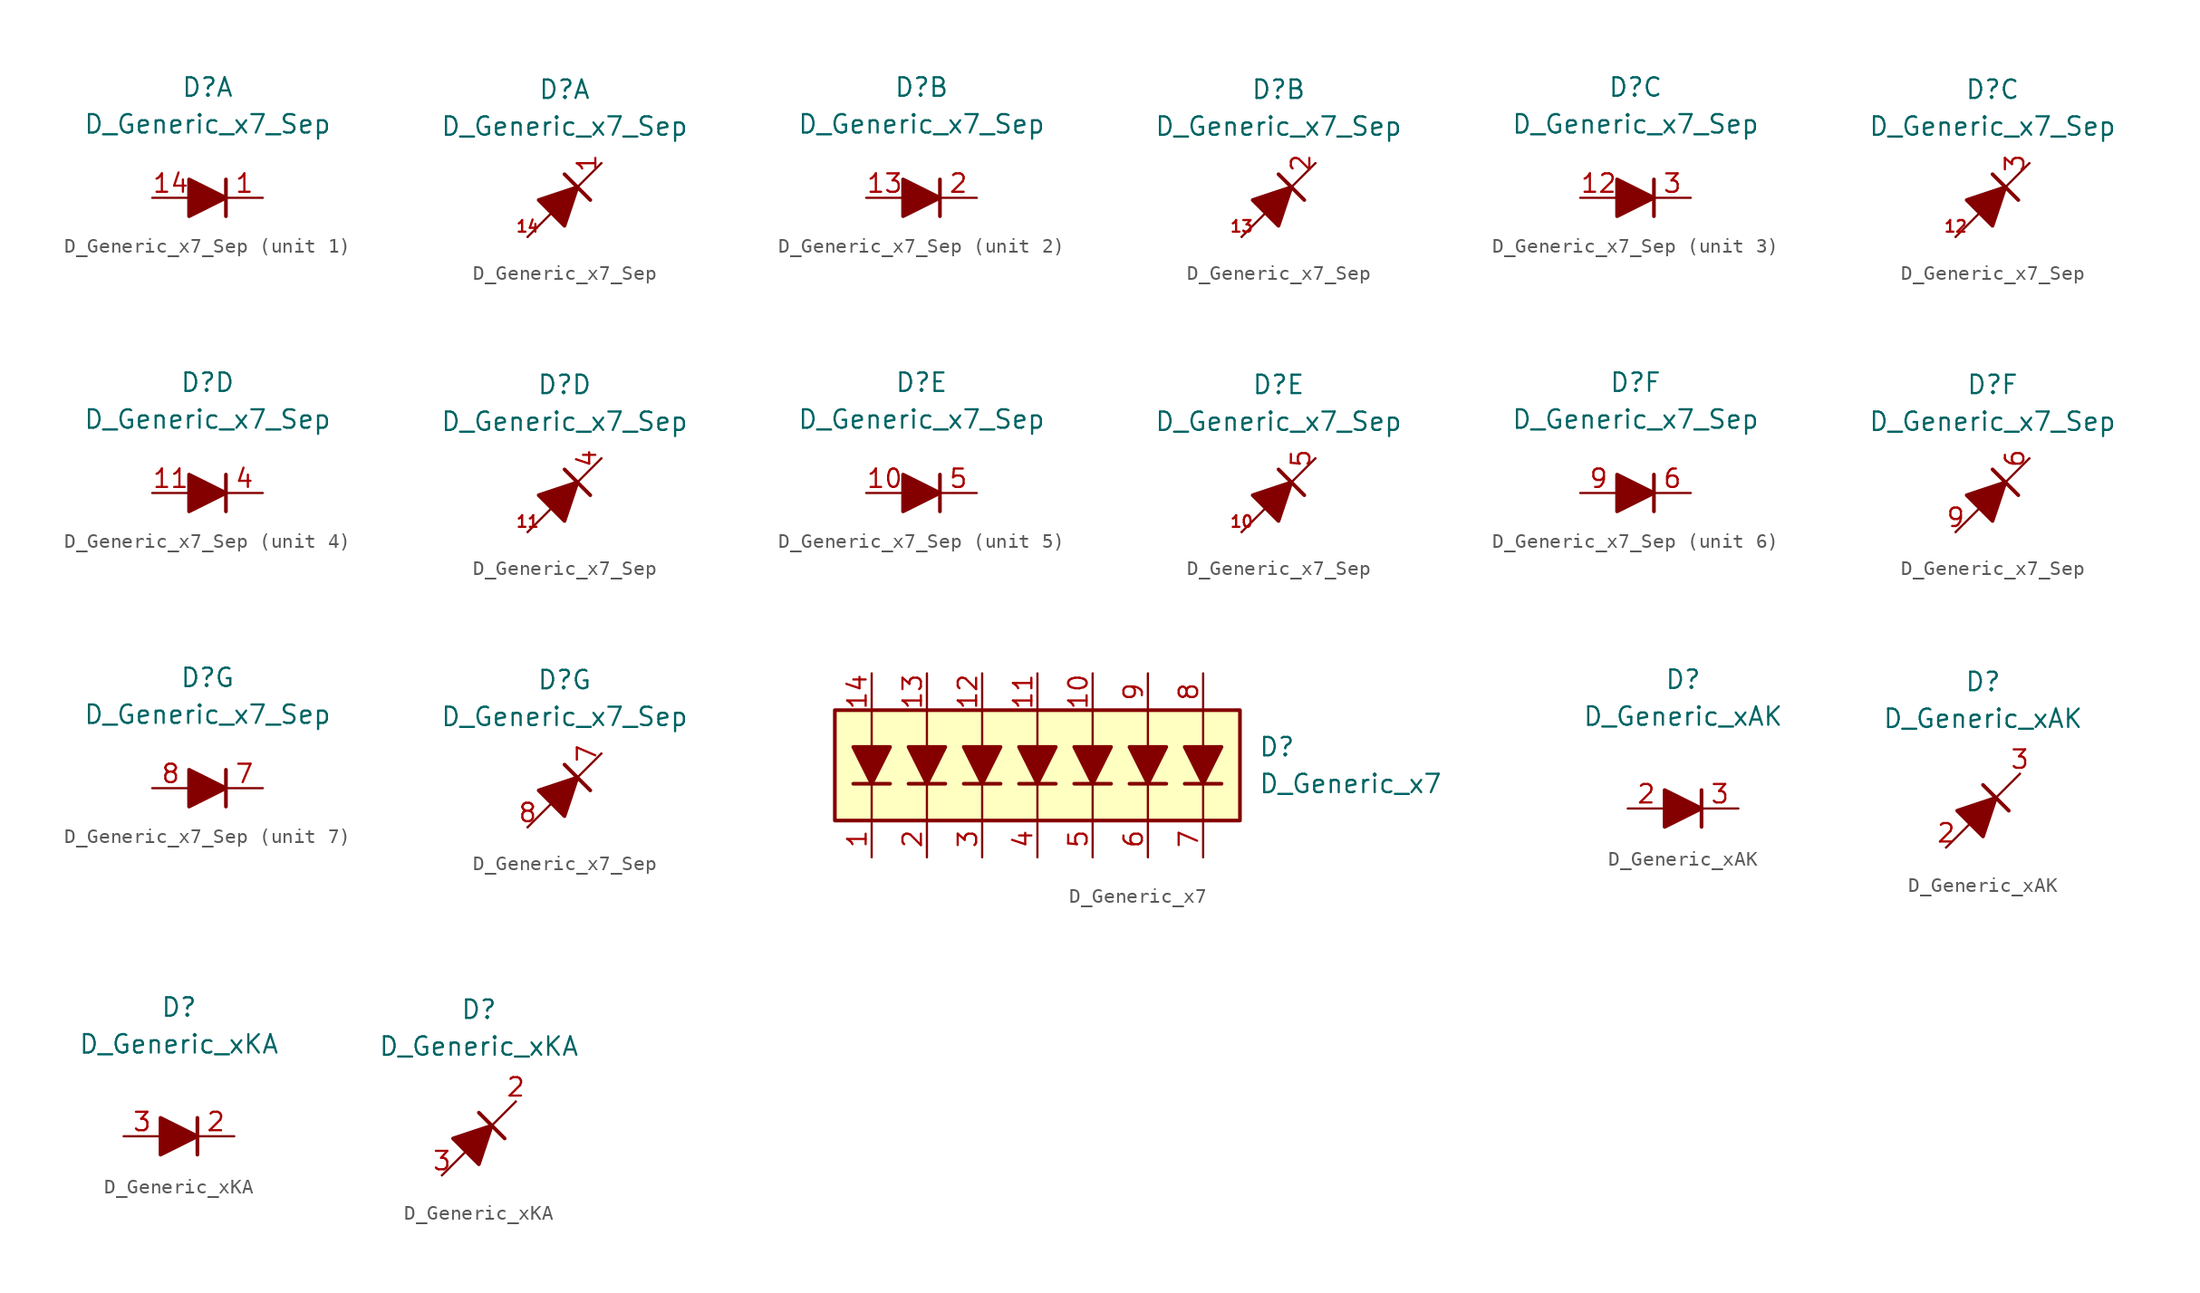
<source format=kicad_sym>
(kicad_symbol_lib
  (version 20231120)
  (generator "kicad_symbol_editor")
  (generator_version "8.0")
  (symbol "D_Generic_x7_Sep"
    (pin_names
      (offset 1.016) hide)
    (property "Reference" "D"
      (at 0 7.62 0)
      (effects (font (size 1.27 1.27))))
    (property "Value" "D_Generic_x7_Sep"
      (at 0 5.08 0)
      (effects (font (size 1.27 1.27))))
    (symbol "D_Generic_x7_Sep_0_1"
      (polyline (pts (xy 1.27 1.27) (xy 1.27 -1.27)) (stroke (width 0.254) (type default)) (fill (type none))))
    (symbol "D_Generic_x7_Sep_0_2"
      (polyline (pts (xy -2.54 -2.54) (xy 2.54 2.54)) (stroke (width 0) (type default)) (fill (type none)))
      (polyline (pts (xy 0 1.778) (xy 1.778 0)) (stroke (width 0.254) (type default)) (fill (type none)))
      (polyline (pts (xy -0.889 -0.889) (xy -1.778 0) (xy 0.889 0.889) (xy 0 -1.778) (xy -0.889 -0.889)) (stroke (width 0.254) (type default)) (fill (type outline))))
    (symbol "D_Generic_x7_Sep_1_1"
      (polyline (pts (xy -1.27 0) (xy 1.27 0)) (stroke (width 0) (type default)) (fill (type none)))
      (polyline (pts (xy -1.27 1.27) (xy -1.27 -1.27) (xy 1.27 0) (xy -1.27 1.27)) (stroke (width 0.254) (type default)) (fill (type outline)))
      (pin passive line (at 3.81 0 180) (length 2.54) (name "K5" (effects (font (size 1.27 1.27)))) (number "1" (effects (font (size 1.27 1.27)))))
      (pin passive line (at -3.81 0 0) (length 2.54) (name "A5" (effects (font (size 1.27 1.27)))) (number "14" (effects (font (size 1.27 1.27))))))
    (symbol "D_Generic_x7_Sep_1_2"
      (pin passive line (at 2.54 2.54 270) (length 0) (name "K" (effects (font (size 1.27 1.27)))) (number "1" (effects (font (size 1.27 1.27)))))
      (pin passive line (at -2.54 -2.54 0) (length 0) (name "A4" (effects (font (size 1.27 1.27)))) (number "14" (effects (font (size 0.8 0.8))))))
    (symbol "D_Generic_x7_Sep_2_1"
      (polyline (pts (xy -1.27 0) (xy 1.27 0)) (stroke (width 0) (type default)) (fill (type none)))
      (polyline (pts (xy -1.27 1.27) (xy -1.27 -1.27) (xy 1.27 0) (xy -1.27 1.27)) (stroke (width 0.254) (type default)) (fill (type outline)))
      (pin passive line (at -3.81 0 0) (length 2.54) (name "A2" (effects (font (size 1.27 1.27)))) (number "13" (effects (font (size 1.27 1.27)))))
      (pin passive line (at 3.81 0 180) (length 2.54) (name "K2" (effects (font (size 1.27 1.27)))) (number "2" (effects (font (size 1.27 1.27))))))
    (symbol "D_Generic_x7_Sep_2_2"
      (pin passive line (at -2.54 -2.54 0) (length 0) (name "A2" (effects (font (size 1.27 1.27)))) (number "13" (effects (font (size 0.8 0.8)))))
      (pin passive line (at 2.54 2.54 270) (length 0) (name "K2" (effects (font (size 1.27 1.27)))) (number "2" (effects (font (size 1.27 1.27))))))
    (symbol "D_Generic_x7_Sep_3_1"
      (polyline (pts (xy -1.27 0) (xy 1.27 0)) (stroke (width 0) (type default)) (fill (type none)))
      (polyline (pts (xy -1.27 1.27) (xy -1.27 -1.27) (xy 1.27 0) (xy -1.27 1.27)) (stroke (width 0.254) (type default)) (fill (type outline)))
      (pin passive line (at -3.81 0 0) (length 2.54) (name "A5" (effects (font (size 1.27 1.27)))) (number "12" (effects (font (size 1.27 1.27)))))
      (pin passive line (at 3.81 0 180) (length 2.54) (name "K5" (effects (font (size 1.27 1.27)))) (number "3" (effects (font (size 1.27 1.27))))))
    (symbol "D_Generic_x7_Sep_3_2"
      (pin passive line (at -2.54 -2.54 0) (length 0) (name "A2" (effects (font (size 1.27 1.27)))) (number "12" (effects (font (size 0.8 0.8)))))
      (pin passive line (at 2.54 2.54 270) (length 0) (name "K3" (effects (font (size 1.27 1.27)))) (number "3" (effects (font (size 1.27 1.27))))))
    (symbol "D_Generic_x7_Sep_4_1"
      (polyline (pts (xy -1.27 0) (xy 1.27 0)) (stroke (width 0) (type default)) (fill (type none)))
      (polyline (pts (xy -1.27 1.27) (xy -1.27 -1.27) (xy 1.27 0) (xy -1.27 1.27)) (stroke (width 0.254) (type default)) (fill (type outline)))
      (pin passive line (at -3.81 0 0) (length 2.54) (name "A5" (effects (font (size 1.27 1.27)))) (number "11" (effects (font (size 1.27 1.27)))))
      (pin passive line (at 3.81 0 180) (length 2.54) (name "K5" (effects (font (size 1.27 1.27)))) (number "4" (effects (font (size 1.27 1.27))))))
    (symbol "D_Generic_x7_Sep_4_2"
      (pin passive line (at -2.54 -2.54 0) (length 0) (name "A4" (effects (font (size 1.27 1.27)))) (number "11" (effects (font (size 0.8 0.8)))))
      (pin passive line (at 2.54 2.54 270) (length 0) (name "K4" (effects (font (size 1.27 1.27)))) (number "4" (effects (font (size 1.27 1.27))))))
    (symbol "D_Generic_x7_Sep_5_1"
      (polyline (pts (xy -1.27 0) (xy 1.27 0)) (stroke (width 0) (type default)) (fill (type none)))
      (polyline (pts (xy -1.27 1.27) (xy -1.27 -1.27) (xy 1.27 0) (xy -1.27 1.27)) (stroke (width 0.254) (type default)) (fill (type outline)))
      (pin passive line (at -3.81 0 0) (length 2.54) (name "A5" (effects (font (size 1.27 1.27)))) (number "10" (effects (font (size 1.27 1.27)))))
      (pin passive line (at 3.81 0 180) (length 2.54) (name "K5" (effects (font (size 1.27 1.27)))) (number "5" (effects (font (size 1.27 1.27))))))
    (symbol "D_Generic_x7_Sep_5_2"
      (pin passive line (at -2.54 -2.54 0) (length 0) (name "A4" (effects (font (size 1.27 1.27)))) (number "10" (effects (font (size 0.8 0.8)))))
      (pin passive line (at 2.54 2.54 270) (length 0) (name "K5" (effects (font (size 1.27 1.27)))) (number "5" (effects (font (size 1.27 1.27))))))
    (symbol "D_Generic_x7_Sep_6_1"
      (polyline (pts (xy -1.27 0) (xy 1.27 0)) (stroke (width 0) (type default)) (fill (type none)))
      (polyline (pts (xy -1.27 1.27) (xy -1.27 -1.27) (xy 1.27 0) (xy -1.27 1.27)) (stroke (width 0.254) (type default)) (fill (type outline)))
      (pin passive line (at 3.81 0 180) (length 2.54) (name "K6" (effects (font (size 1.27 1.27)))) (number "6" (effects (font (size 1.27 1.27)))))
      (pin passive line (at -3.81 0 0) (length 2.54) (name "A6" (effects (font (size 1.27 1.27)))) (number "9" (effects (font (size 1.27 1.27))))))
    (symbol "D_Generic_x7_Sep_6_2"
      (pin passive line (at 2.54 2.54 270) (length 0) (name "K6" (effects (font (size 1.27 1.27)))) (number "6" (effects (font (size 1.27 1.27)))))
      (pin passive line (at -2.54 -2.54 0) (length 0) (name "A6" (effects (font (size 1.27 1.27)))) (number "9" (effects (font (size 1.27 1.27))))))
    (symbol "D_Generic_x7_Sep_7_1"
      (polyline (pts (xy -1.27 0) (xy 1.27 0)) (stroke (width 0) (type default)) (fill (type none)))
      (polyline (pts (xy -1.27 1.27) (xy -1.27 -1.27) (xy 1.27 0) (xy -1.27 1.27)) (stroke (width 0.254) (type default)) (fill (type outline)))
      (pin passive line (at 3.81 0 180) (length 2.54) (name "K7" (effects (font (size 1.27 1.27)))) (number "7" (effects (font (size 1.27 1.27)))))
      (pin passive line (at -3.81 0 0) (length 2.54) (name "A7" (effects (font (size 1.27 1.27)))) (number "8" (effects (font (size 1.27 1.27))))))
    (symbol "D_Generic_x7_Sep_7_2"
      (pin passive line (at 2.54 2.54 270) (length 0) (name "K7" (effects (font (size 1.27 1.27)))) (number "7" (effects (font (size 1.27 1.27)))))
      (pin passive line (at -2.54 -2.54 0) (length 0) (name "A7" (effects (font (size 1.27 1.27)))) (number "8" (effects (font (size 1.27 1.27)))))))
  (symbol "D_Generic_x7"
    (pin_names
      (offset 1.016) hide)
    (property "Reference" "D"
      (at 15.24 1.27 0)
      (effects (font (size 1.27 1.27)) (justify left)))
    (property "Value" "D_Generic_x7"
      (at 15.24 -1.27 0)
      (effects (font (size 1.27 1.27)) (justify left)))
    (symbol "D_Generic_x7_0_1"
      (rectangle (start -13.97 3.81) (end 13.97 -3.81) (stroke (width 0.254) (type default)) (fill (type background)))
      (polyline (pts (xy -11.43 -3.81) (xy -11.43 -1.27)) (stroke (width 0) (type default)) (fill (type none)))
      (polyline (pts (xy -11.43 1.27) (xy -11.43 -1.27)) (stroke (width 0) (type default)) (fill (type none)))
      (polyline (pts (xy -11.43 1.27) (xy -11.43 3.81)) (stroke (width 0) (type default)) (fill (type none)))
      (polyline (pts (xy -10.16 -1.27) (xy -12.7 -1.27)) (stroke (width 0.254) (type default)) (fill (type none)))
      (polyline (pts (xy -7.62 -3.81) (xy -7.62 -1.27)) (stroke (width 0) (type default)) (fill (type none)))
      (polyline (pts (xy -7.62 1.27) (xy -7.62 -1.27)) (stroke (width 0) (type default)) (fill (type none)))
      (polyline (pts (xy -7.62 1.27) (xy -7.62 3.81)) (stroke (width 0) (type default)) (fill (type none)))
      (polyline (pts (xy -6.35 -1.27) (xy -8.89 -1.27)) (stroke (width 0.254) (type default)) (fill (type none)))
      (polyline (pts (xy -3.81 -3.81) (xy -3.81 -1.27)) (stroke (width 0) (type default)) (fill (type none)))
      (polyline (pts (xy -3.81 1.27) (xy -3.81 -1.27)) (stroke (width 0) (type default)) (fill (type none)))
      (polyline (pts (xy -3.81 1.27) (xy -3.81 3.81)) (stroke (width 0) (type default)) (fill (type none)))
      (polyline (pts (xy -2.54 -1.27) (xy -5.08 -1.27)) (stroke (width 0.254) (type default)) (fill (type none)))
      (polyline (pts (xy 0 -3.81) (xy 0 -1.27)) (stroke (width 0) (type default)) (fill (type none)))
      (polyline (pts (xy 0 1.27) (xy 0 -1.27)) (stroke (width 0) (type default)) (fill (type none)))
      (polyline (pts (xy 0 1.27) (xy 0 3.81)) (stroke (width 0) (type default)) (fill (type none)))
      (polyline (pts (xy 1.27 -1.27) (xy -1.27 -1.27)) (stroke (width 0.254) (type default)) (fill (type none)))
      (polyline (pts (xy 3.81 -3.81) (xy 3.81 -1.27)) (stroke (width 0) (type default)) (fill (type none)))
      (polyline (pts (xy 3.81 1.27) (xy 3.81 -1.27)) (stroke (width 0) (type default)) (fill (type none)))
      (polyline (pts (xy 3.81 1.27) (xy 3.81 3.81)) (stroke (width 0) (type default)) (fill (type none)))
      (polyline (pts (xy 5.08 -1.27) (xy 2.54 -1.27)) (stroke (width 0.254) (type default)) (fill (type none)))
      (polyline (pts (xy 7.62 -3.81) (xy 7.62 -1.27)) (stroke (width 0) (type default)) (fill (type none)))
      (polyline (pts (xy 7.62 1.27) (xy 7.62 -1.27)) (stroke (width 0) (type default)) (fill (type none)))
      (polyline (pts (xy 7.62 1.27) (xy 7.62 3.81)) (stroke (width 0) (type default)) (fill (type none)))
      (polyline (pts (xy 8.89 -1.27) (xy 6.35 -1.27)) (stroke (width 0.254) (type default)) (fill (type none)))
      (polyline (pts (xy 11.43 -3.81) (xy 11.43 -1.27)) (stroke (width 0) (type default)) (fill (type none)))
      (polyline (pts (xy 11.43 1.27) (xy 11.43 -1.27)) (stroke (width 0) (type default)) (fill (type none)))
      (polyline (pts (xy 11.43 1.27) (xy 11.43 3.81)) (stroke (width 0) (type default)) (fill (type none)))
      (polyline (pts (xy 12.7 -1.27) (xy 10.16 -1.27)) (stroke (width 0.254) (type default)) (fill (type none)))
      (polyline (pts (xy -10.16 1.27) (xy -12.7 1.27) (xy -11.43 -1.27) (xy -10.16 1.27)) (stroke (width 0.254) (type default)) (fill (type outline)))
      (polyline (pts (xy -6.35 1.27) (xy -8.89 1.27) (xy -7.62 -1.27) (xy -6.35 1.27)) (stroke (width 0.254) (type default)) (fill (type outline)))
      (polyline (pts (xy -2.54 1.27) (xy -5.08 1.27) (xy -3.81 -1.27) (xy -2.54 1.27)) (stroke (width 0.254) (type default)) (fill (type outline)))
      (polyline (pts (xy 1.27 1.27) (xy -1.27 1.27) (xy 0 -1.27) (xy 1.27 1.27)) (stroke (width 0.254) (type default)) (fill (type outline)))
      (polyline (pts (xy 5.08 1.27) (xy 2.54 1.27) (xy 3.81 -1.27) (xy 5.08 1.27)) (stroke (width 0.254) (type default)) (fill (type outline)))
      (polyline (pts (xy 8.89 1.27) (xy 6.35 1.27) (xy 7.62 -1.27) (xy 8.89 1.27)) (stroke (width 0.254) (type default)) (fill (type outline)))
      (polyline (pts (xy 12.7 1.27) (xy 10.16 1.27) (xy 11.43 -1.27) (xy 12.7 1.27)) (stroke (width 0.254) (type default)) (fill (type outline))))
    (symbol "D_Generic_x7_1_1"
      (pin passive line (at -11.43 -6.35 90) (length 2.54) (name "K1" (effects (font (size 1.27 1.27)))) (number "1" (effects (font (size 1.27 1.27)))))
      (pin passive line (at 3.81 6.35 270) (length 2.54) (name "A5" (effects (font (size 1.27 1.27)))) (number "10" (effects (font (size 1.27 1.27)))))
      (pin passive line (at 0 6.35 270) (length 2.54) (name "A4" (effects (font (size 1.27 1.27)))) (number "11" (effects (font (size 1.27 1.27)))))
      (pin passive line (at -3.81 6.35 270) (length 2.54) (name "A3" (effects (font (size 1.27 1.27)))) (number "12" (effects (font (size 1.27 1.27)))))
      (pin passive line (at -7.62 6.35 270) (length 2.54) (name "A2" (effects (font (size 1.27 1.27)))) (number "13" (effects (font (size 1.27 1.27)))))
      (pin passive line (at -11.43 6.35 270) (length 2.54) (name "A1" (effects (font (size 1.27 1.27)))) (number "14" (effects (font (size 1.27 1.27)))))
      (pin passive line (at -7.62 -6.35 90) (length 2.54) (name "K2" (effects (font (size 1.27 1.27)))) (number "2" (effects (font (size 1.27 1.27)))))
      (pin passive line (at -3.81 -6.35 90) (length 2.54) (name "K3" (effects (font (size 1.27 1.27)))) (number "3" (effects (font (size 1.27 1.27)))))
      (pin passive line (at 0 -6.35 90) (length 2.54) (name "K4" (effects (font (size 1.27 1.27)))) (number "4" (effects (font (size 1.27 1.27)))))
      (pin passive line (at 3.81 -6.35 90) (length 2.54) (name "K5" (effects (font (size 1.27 1.27)))) (number "5" (effects (font (size 1.27 1.27)))))
      (pin passive line (at 7.62 -6.35 90) (length 2.54) (name "K6" (effects (font (size 1.27 1.27)))) (number "6" (effects (font (size 1.27 1.27)))))
      (pin passive line (at 11.43 -6.35 90) (length 2.54) (name "K7" (effects (font (size 1.27 1.27)))) (number "7" (effects (font (size 1.27 1.27)))))
      (pin passive line (at 11.43 6.35 270) (length 2.54) (name "A7" (effects (font (size 1.27 1.27)))) (number "8" (effects (font (size 1.27 1.27)))))
      (pin passive line (at 7.62 6.35 270) (length 2.54) (name "A6" (effects (font (size 1.27 1.27)))) (number "9" (effects (font (size 1.27 1.27)))))))
  (symbol "D_Generic_xAK"
    (pin_names
      (offset 1.016) hide)
    (property "Reference" "D"
      (at 0 8.89 0)
      (effects (font (size 1.27 1.27))))
    (property "Value" "D_Generic_xAK"
      (at 0 6.35 0)
      (effects (font (size 1.27 1.27))))
    (symbol "D_Generic_xAK_0_1"
      (polyline (pts (xy -1.27 0) (xy 1.27 0)) (stroke (width 0) (type default)) (fill (type none)))
      (polyline (pts (xy 1.27 1.27) (xy 1.27 -1.27)) (stroke (width 0.254) (type default)) (fill (type none)))
      (polyline (pts (xy -1.27 1.27) (xy -1.27 -1.27) (xy 1.27 0) (xy -1.27 1.27)) (stroke (width 0.254) (type default)) (fill (type outline))))
    (symbol "D_Generic_xAK_0_2"
      (polyline (pts (xy -2.54 -2.54) (xy 2.54 2.54)) (stroke (width 0) (type default)) (fill (type none)))
      (polyline (pts (xy 0 1.778) (xy 1.778 0)) (stroke (width 0.254) (type default)) (fill (type none)))
      (polyline (pts (xy -0.889 -0.889) (xy -1.778 0) (xy 0.889 0.889) (xy 0 -1.778) (xy -0.889 -0.889)) (stroke (width 0.254) (type default)) (fill (type outline))))
    (symbol "D_Generic_xAK_1_1"
      (pin free line (at 0 0 0) (length 2.54) hide (name "NC" (effects (font (size 1.27 1.27)))) (number "1" (effects (font (size 1.27 1.27)))))
      (pin passive line (at -3.81 0 0) (length 2.54) (name "A" (effects (font (size 1.27 1.27)))) (number "2" (effects (font (size 1.27 1.27)))))
      (pin passive line (at 3.81 0 180) (length 2.54) (name "K" (effects (font (size 1.27 1.27)))) (number "3" (effects (font (size 1.27 1.27))))))
    (symbol "D_Generic_xAK_1_2"
      (pin free line (at 0 0 0) (length 2.54) hide (name "NC" (effects (font (size 1.27 1.27)))) (number "1" (effects (font (size 1.27 1.27)))))
      (pin passive line (at -2.54 -2.54 0) (length 0) (name "A" (effects (font (size 1.27 1.27)))) (number "2" (effects (font (size 1.27 1.27)))))
      (pin passive line (at 2.54 2.54 180) (length 0) (name "K" (effects (font (size 1.27 1.27)))) (number "3" (effects (font (size 1.27 1.27)))))))
  (symbol "D_Generic_xKA"
    (pin_names
      (offset 1.016) hide)
    (property "Reference" "D"
      (at 0 8.89 0)
      (effects (font (size 1.27 1.27))))
    (property "Value" "D_Generic_xKA"
      (at 0 6.35 0)
      (effects (font (size 1.27 1.27))))
    (symbol "D_Generic_xKA_0_1"
      (polyline (pts (xy -1.27 0) (xy 1.27 0)) (stroke (width 0) (type default)) (fill (type none)))
      (polyline (pts (xy 1.27 1.27) (xy 1.27 -1.27)) (stroke (width 0.254) (type default)) (fill (type none)))
      (polyline (pts (xy -1.27 1.27) (xy -1.27 -1.27) (xy 1.27 0) (xy -1.27 1.27)) (stroke (width 0.254) (type default)) (fill (type outline))))
    (symbol "D_Generic_xKA_0_2"
      (polyline (pts (xy -2.54 -2.54) (xy 2.54 2.54)) (stroke (width 0) (type default)) (fill (type none)))
      (polyline (pts (xy 0 1.778) (xy 1.778 0)) (stroke (width 0.254) (type default)) (fill (type none)))
      (polyline (pts (xy -0.889 -0.889) (xy -1.778 0) (xy 0.889 0.889) (xy 0 -1.778) (xy -0.889 -0.889)) (stroke (width 0.254) (type default)) (fill (type outline))))
    (symbol "D_Generic_xKA_1_1"
      (pin free line (at 0 0 0) (length 2.54) hide (name "NC" (effects (font (size 1.27 1.27)))) (number "1" (effects (font (size 1.27 1.27)))))
      (pin passive line (at 3.81 0 180) (length 2.54) (name "K" (effects (font (size 1.27 1.27)))) (number "2" (effects (font (size 1.27 1.27)))))
      (pin passive line (at -3.81 0 0) (length 2.54) (name "A" (effects (font (size 1.27 1.27)))) (number "3" (effects (font (size 1.27 1.27))))))
    (symbol "D_Generic_xKA_1_2"
      (pin free line (at 0 0 0) (length 2.54) hide (name "NC" (effects (font (size 1.27 1.27)))) (number "1" (effects (font (size 1.27 1.27)))))
      (pin passive line (at 2.54 2.54 180) (length 0) (name "K" (effects (font (size 1.27 1.27)))) (number "2" (effects (font (size 1.27 1.27)))))
      (pin passive line (at -2.54 -2.54 0) (length 0) (name "A" (effects (font (size 1.27 1.27)))) (number "3" (effects (font (size 1.27 1.27))))))))
</source>
